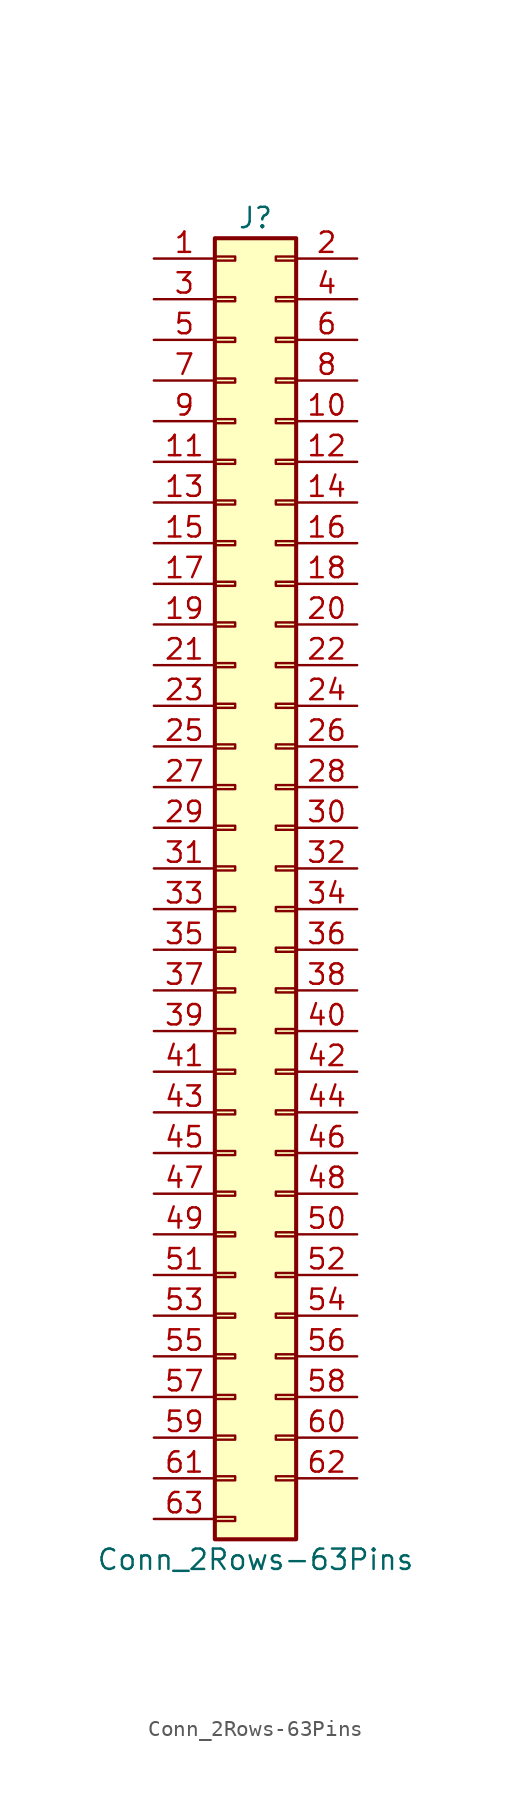
<source format=kicad_sym>
(kicad_symbol_lib
  (version 20220914)
  (generator kicad_symbol_editor)
  (symbol "Conn_2Rows-63Pins"
    (pin_names
      (offset 1.016) hide)
    (property "Reference" "J"
      (at 1.27 40.64 0)
      (effects (font (size 1.27 1.27))))
    (property "Value" "Conn_2Rows-63Pins"
      (at 1.27 -43.18 0)
      (effects (font (size 1.27 1.27))))
    (symbol "Conn_2Rows-63Pins_1_1"
      (rectangle (start -1.27 -40.513) (end 0 -40.767) (stroke (width 0.152) (type solid)) (fill (type none)))
      (rectangle (start -1.27 -37.973) (end 0 -38.227) (stroke (width 0.152) (type solid)) (fill (type none)))
      (rectangle (start -1.27 -35.433) (end 0 -35.687) (stroke (width 0.152) (type solid)) (fill (type none)))
      (rectangle (start -1.27 -32.893) (end 0 -33.147) (stroke (width 0.152) (type solid)) (fill (type none)))
      (rectangle (start -1.27 -30.353) (end 0 -30.607) (stroke (width 0.152) (type solid)) (fill (type none)))
      (rectangle (start -1.27 -27.813) (end 0 -28.067) (stroke (width 0.152) (type solid)) (fill (type none)))
      (rectangle (start -1.27 -25.273) (end 0 -25.527) (stroke (width 0.152) (type solid)) (fill (type none)))
      (rectangle (start -1.27 -22.733) (end 0 -22.987) (stroke (width 0.152) (type solid)) (fill (type none)))
      (rectangle (start -1.27 -20.193) (end 0 -20.447) (stroke (width 0.152) (type solid)) (fill (type none)))
      (rectangle (start -1.27 -17.653) (end 0 -17.907) (stroke (width 0.152) (type solid)) (fill (type none)))
      (rectangle (start -1.27 -15.113) (end 0 -15.367) (stroke (width 0.152) (type solid)) (fill (type none)))
      (rectangle (start -1.27 -12.573) (end 0 -12.827) (stroke (width 0.152) (type solid)) (fill (type none)))
      (rectangle (start -1.27 -10.033) (end 0 -10.287) (stroke (width 0.152) (type solid)) (fill (type none)))
      (rectangle (start -1.27 -7.493) (end 0 -7.747) (stroke (width 0.152) (type solid)) (fill (type none)))
      (rectangle (start -1.27 -4.953) (end 0 -5.207) (stroke (width 0.152) (type solid)) (fill (type none)))
      (rectangle (start -1.27 -2.413) (end 0 -2.667) (stroke (width 0.152) (type solid)) (fill (type none)))
      (rectangle (start -1.27 0.127) (end 0 -0.127) (stroke (width 0.152) (type solid)) (fill (type none)))
      (rectangle (start -1.27 2.667) (end 0 2.413) (stroke (width 0.152) (type solid)) (fill (type none)))
      (rectangle (start -1.27 5.207) (end 0 4.953) (stroke (width 0.152) (type solid)) (fill (type none)))
      (rectangle (start -1.27 7.747) (end 0 7.493) (stroke (width 0.152) (type solid)) (fill (type none)))
      (rectangle (start -1.27 10.287) (end 0 10.033) (stroke (width 0.152) (type solid)) (fill (type none)))
      (rectangle (start -1.27 12.827) (end 0 12.573) (stroke (width 0.152) (type solid)) (fill (type none)))
      (rectangle (start -1.27 15.367) (end 0 15.113) (stroke (width 0.152) (type solid)) (fill (type none)))
      (rectangle (start -1.27 17.907) (end 0 17.653) (stroke (width 0.152) (type solid)) (fill (type none)))
      (rectangle (start -1.27 20.447) (end 0 20.193) (stroke (width 0.152) (type solid)) (fill (type none)))
      (rectangle (start -1.27 22.987) (end 0 22.733) (stroke (width 0.152) (type solid)) (fill (type none)))
      (rectangle (start -1.27 25.527) (end 0 25.273) (stroke (width 0.152) (type solid)) (fill (type none)))
      (rectangle (start -1.27 28.067) (end 0 27.813) (stroke (width 0.152) (type solid)) (fill (type none)))
      (rectangle (start -1.27 30.607) (end 0 30.353) (stroke (width 0.152) (type solid)) (fill (type none)))
      (rectangle (start -1.27 33.147) (end 0 32.893) (stroke (width 0.152) (type solid)) (fill (type none)))
      (rectangle (start -1.27 35.687) (end 0 35.433) (stroke (width 0.152) (type solid)) (fill (type none)))
      (rectangle (start -1.27 38.227) (end 0 37.973) (stroke (width 0.152) (type solid)) (fill (type none)))
      (rectangle (start -1.27 39.37) (end 3.81 -41.91) (stroke (width 0.254) (type solid)) (fill (type background)))
      (rectangle (start 3.81 -37.973) (end 2.54 -38.227) (stroke (width 0.152) (type solid)) (fill (type none)))
      (rectangle (start 3.81 -35.433) (end 2.54 -35.687) (stroke (width 0.152) (type solid)) (fill (type none)))
      (rectangle (start 3.81 -32.893) (end 2.54 -33.147) (stroke (width 0.152) (type solid)) (fill (type none)))
      (rectangle (start 3.81 -30.353) (end 2.54 -30.607) (stroke (width 0.152) (type solid)) (fill (type none)))
      (rectangle (start 3.81 -27.813) (end 2.54 -28.067) (stroke (width 0.152) (type solid)) (fill (type none)))
      (rectangle (start 3.81 -25.273) (end 2.54 -25.527) (stroke (width 0.152) (type solid)) (fill (type none)))
      (rectangle (start 3.81 -22.733) (end 2.54 -22.987) (stroke (width 0.152) (type solid)) (fill (type none)))
      (rectangle (start 3.81 -20.193) (end 2.54 -20.447) (stroke (width 0.152) (type solid)) (fill (type none)))
      (rectangle (start 3.81 -17.653) (end 2.54 -17.907) (stroke (width 0.152) (type solid)) (fill (type none)))
      (rectangle (start 3.81 -15.113) (end 2.54 -15.367) (stroke (width 0.152) (type solid)) (fill (type none)))
      (rectangle (start 3.81 -12.573) (end 2.54 -12.827) (stroke (width 0.152) (type solid)) (fill (type none)))
      (rectangle (start 3.81 -10.033) (end 2.54 -10.287) (stroke (width 0.152) (type solid)) (fill (type none)))
      (rectangle (start 3.81 -7.493) (end 2.54 -7.747) (stroke (width 0.152) (type solid)) (fill (type none)))
      (rectangle (start 3.81 -4.953) (end 2.54 -5.207) (stroke (width 0.152) (type solid)) (fill (type none)))
      (rectangle (start 3.81 -2.413) (end 2.54 -2.667) (stroke (width 0.152) (type solid)) (fill (type none)))
      (rectangle (start 3.81 0.127) (end 2.54 -0.127) (stroke (width 0.152) (type solid)) (fill (type none)))
      (rectangle (start 3.81 2.667) (end 2.54 2.413) (stroke (width 0.152) (type solid)) (fill (type none)))
      (rectangle (start 3.81 5.207) (end 2.54 4.953) (stroke (width 0.152) (type solid)) (fill (type none)))
      (rectangle (start 3.81 7.747) (end 2.54 7.493) (stroke (width 0.152) (type solid)) (fill (type none)))
      (rectangle (start 3.81 10.287) (end 2.54 10.033) (stroke (width 0.152) (type solid)) (fill (type none)))
      (rectangle (start 3.81 12.827) (end 2.54 12.573) (stroke (width 0.152) (type solid)) (fill (type none)))
      (rectangle (start 3.81 15.367) (end 2.54 15.113) (stroke (width 0.152) (type solid)) (fill (type none)))
      (rectangle (start 3.81 17.907) (end 2.54 17.653) (stroke (width 0.152) (type solid)) (fill (type none)))
      (rectangle (start 3.81 20.447) (end 2.54 20.193) (stroke (width 0.152) (type solid)) (fill (type none)))
      (rectangle (start 3.81 22.987) (end 2.54 22.733) (stroke (width 0.152) (type solid)) (fill (type none)))
      (rectangle (start 3.81 25.527) (end 2.54 25.273) (stroke (width 0.152) (type solid)) (fill (type none)))
      (rectangle (start 3.81 28.067) (end 2.54 27.813) (stroke (width 0.152) (type solid)) (fill (type none)))
      (rectangle (start 3.81 30.607) (end 2.54 30.353) (stroke (width 0.152) (type solid)) (fill (type none)))
      (rectangle (start 3.81 33.147) (end 2.54 32.893) (stroke (width 0.152) (type solid)) (fill (type none)))
      (rectangle (start 3.81 35.687) (end 2.54 35.433) (stroke (width 0.152) (type solid)) (fill (type none)))
      (rectangle (start 3.81 38.227) (end 2.54 37.973) (stroke (width 0.152) (type solid)) (fill (type none)))
      (pin passive line (at -5.08 38.1 0) (length 3.81) (name "Pin_1" (effects (font (size 1.27 1.27)))) (number "1" (effects (font (size 1.27 1.27)))))
      (pin passive line (at 7.62 27.94 180) (length 3.81) (name "Pin_10" (effects (font (size 1.27 1.27)))) (number "10" (effects (font (size 1.27 1.27)))))
      (pin passive line (at -5.08 25.4 0) (length 3.81) (name "Pin_11" (effects (font (size 1.27 1.27)))) (number "11" (effects (font (size 1.27 1.27)))))
      (pin passive line (at 7.62 25.4 180) (length 3.81) (name "Pin_12" (effects (font (size 1.27 1.27)))) (number "12" (effects (font (size 1.27 1.27)))))
      (pin passive line (at -5.08 22.86 0) (length 3.81) (name "Pin_13" (effects (font (size 1.27 1.27)))) (number "13" (effects (font (size 1.27 1.27)))))
      (pin passive line (at 7.62 22.86 180) (length 3.81) (name "Pin_14" (effects (font (size 1.27 1.27)))) (number "14" (effects (font (size 1.27 1.27)))))
      (pin passive line (at -5.08 20.32 0) (length 3.81) (name "Pin_15" (effects (font (size 1.27 1.27)))) (number "15" (effects (font (size 1.27 1.27)))))
      (pin passive line (at 7.62 20.32 180) (length 3.81) (name "Pin_16" (effects (font (size 1.27 1.27)))) (number "16" (effects (font (size 1.27 1.27)))))
      (pin passive line (at -5.08 17.78 0) (length 3.81) (name "Pin_17" (effects (font (size 1.27 1.27)))) (number "17" (effects (font (size 1.27 1.27)))))
      (pin passive line (at 7.62 17.78 180) (length 3.81) (name "Pin_18" (effects (font (size 1.27 1.27)))) (number "18" (effects (font (size 1.27 1.27)))))
      (pin passive line (at -5.08 15.24 0) (length 3.81) (name "Pin_19" (effects (font (size 1.27 1.27)))) (number "19" (effects (font (size 1.27 1.27)))))
      (pin passive line (at 7.62 38.1 180) (length 3.81) (name "Pin_2" (effects (font (size 1.27 1.27)))) (number "2" (effects (font (size 1.27 1.27)))))
      (pin passive line (at 7.62 15.24 180) (length 3.81) (name "Pin_20" (effects (font (size 1.27 1.27)))) (number "20" (effects (font (size 1.27 1.27)))))
      (pin passive line (at -5.08 12.7 0) (length 3.81) (name "Pin_21" (effects (font (size 1.27 1.27)))) (number "21" (effects (font (size 1.27 1.27)))))
      (pin passive line (at 7.62 12.7 180) (length 3.81) (name "Pin_22" (effects (font (size 1.27 1.27)))) (number "22" (effects (font (size 1.27 1.27)))))
      (pin passive line (at -5.08 10.16 0) (length 3.81) (name "Pin_23" (effects (font (size 1.27 1.27)))) (number "23" (effects (font (size 1.27 1.27)))))
      (pin passive line (at 7.62 10.16 180) (length 3.81) (name "Pin_24" (effects (font (size 1.27 1.27)))) (number "24" (effects (font (size 1.27 1.27)))))
      (pin passive line (at -5.08 7.62 0) (length 3.81) (name "Pin_25" (effects (font (size 1.27 1.27)))) (number "25" (effects (font (size 1.27 1.27)))))
      (pin passive line (at 7.62 7.62 180) (length 3.81) (name "Pin_26" (effects (font (size 1.27 1.27)))) (number "26" (effects (font (size 1.27 1.27)))))
      (pin passive line (at -5.08 5.08 0) (length 3.81) (name "Pin_27" (effects (font (size 1.27 1.27)))) (number "27" (effects (font (size 1.27 1.27)))))
      (pin passive line (at 7.62 5.08 180) (length 3.81) (name "Pin_28" (effects (font (size 1.27 1.27)))) (number "28" (effects (font (size 1.27 1.27)))))
      (pin passive line (at -5.08 2.54 0) (length 3.81) (name "Pin_29" (effects (font (size 1.27 1.27)))) (number "29" (effects (font (size 1.27 1.27)))))
      (pin passive line (at -5.08 35.56 0) (length 3.81) (name "Pin_3" (effects (font (size 1.27 1.27)))) (number "3" (effects (font (size 1.27 1.27)))))
      (pin passive line (at 7.62 2.54 180) (length 3.81) (name "Pin_30" (effects (font (size 1.27 1.27)))) (number "30" (effects (font (size 1.27 1.27)))))
      (pin passive line (at -5.08 0 0) (length 3.81) (name "Pin_31" (effects (font (size 1.27 1.27)))) (number "31" (effects (font (size 1.27 1.27)))))
      (pin passive line (at 7.62 0 180) (length 3.81) (name "Pin_32" (effects (font (size 1.27 1.27)))) (number "32" (effects (font (size 1.27 1.27)))))
      (pin passive line (at -5.08 -2.54 0) (length 3.81) (name "Pin_33" (effects (font (size 1.27 1.27)))) (number "33" (effects (font (size 1.27 1.27)))))
      (pin passive line (at 7.62 -2.54 180) (length 3.81) (name "Pin_34" (effects (font (size 1.27 1.27)))) (number "34" (effects (font (size 1.27 1.27)))))
      (pin passive line (at -5.08 -5.08 0) (length 3.81) (name "Pin_35" (effects (font (size 1.27 1.27)))) (number "35" (effects (font (size 1.27 1.27)))))
      (pin passive line (at 7.62 -5.08 180) (length 3.81) (name "Pin_36" (effects (font (size 1.27 1.27)))) (number "36" (effects (font (size 1.27 1.27)))))
      (pin passive line (at -5.08 -7.62 0) (length 3.81) (name "Pin_37" (effects (font (size 1.27 1.27)))) (number "37" (effects (font (size 1.27 1.27)))))
      (pin passive line (at 7.62 -7.62 180) (length 3.81) (name "Pin_38" (effects (font (size 1.27 1.27)))) (number "38" (effects (font (size 1.27 1.27)))))
      (pin passive line (at -5.08 -10.16 0) (length 3.81) (name "Pin_39" (effects (font (size 1.27 1.27)))) (number "39" (effects (font (size 1.27 1.27)))))
      (pin passive line (at 7.62 35.56 180) (length 3.81) (name "Pin_4" (effects (font (size 1.27 1.27)))) (number "4" (effects (font (size 1.27 1.27)))))
      (pin passive line (at 7.62 -10.16 180) (length 3.81) (name "Pin_40" (effects (font (size 1.27 1.27)))) (number "40" (effects (font (size 1.27 1.27)))))
      (pin passive line (at -5.08 -12.7 0) (length 3.81) (name "Pin_41" (effects (font (size 1.27 1.27)))) (number "41" (effects (font (size 1.27 1.27)))))
      (pin passive line (at 7.62 -12.7 180) (length 3.81) (name "Pin_42" (effects (font (size 1.27 1.27)))) (number "42" (effects (font (size 1.27 1.27)))))
      (pin passive line (at -5.08 -15.24 0) (length 3.81) (name "Pin_43" (effects (font (size 1.27 1.27)))) (number "43" (effects (font (size 1.27 1.27)))))
      (pin passive line (at 7.62 -15.24 180) (length 3.81) (name "Pin_44" (effects (font (size 1.27 1.27)))) (number "44" (effects (font (size 1.27 1.27)))))
      (pin passive line (at -5.08 -17.78 0) (length 3.81) (name "Pin_45" (effects (font (size 1.27 1.27)))) (number "45" (effects (font (size 1.27 1.27)))))
      (pin passive line (at 7.62 -17.78 180) (length 3.81) (name "Pin_46" (effects (font (size 1.27 1.27)))) (number "46" (effects (font (size 1.27 1.27)))))
      (pin passive line (at -5.08 -20.32 0) (length 3.81) (name "Pin_47" (effects (font (size 1.27 1.27)))) (number "47" (effects (font (size 1.27 1.27)))))
      (pin passive line (at 7.62 -20.32 180) (length 3.81) (name "Pin_48" (effects (font (size 1.27 1.27)))) (number "48" (effects (font (size 1.27 1.27)))))
      (pin passive line (at -5.08 -22.86 0) (length 3.81) (name "Pin_49" (effects (font (size 1.27 1.27)))) (number "49" (effects (font (size 1.27 1.27)))))
      (pin passive line (at -5.08 33.02 0) (length 3.81) (name "Pin_5" (effects (font (size 1.27 1.27)))) (number "5" (effects (font (size 1.27 1.27)))))
      (pin passive line (at 7.62 -22.86 180) (length 3.81) (name "Pin_50" (effects (font (size 1.27 1.27)))) (number "50" (effects (font (size 1.27 1.27)))))
      (pin passive line (at -5.08 -25.4 0) (length 3.81) (name "Pin_51" (effects (font (size 1.27 1.27)))) (number "51" (effects (font (size 1.27 1.27)))))
      (pin passive line (at 7.62 -25.4 180) (length 3.81) (name "Pin_52" (effects (font (size 1.27 1.27)))) (number "52" (effects (font (size 1.27 1.27)))))
      (pin passive line (at -5.08 -27.94 0) (length 3.81) (name "Pin_53" (effects (font (size 1.27 1.27)))) (number "53" (effects (font (size 1.27 1.27)))))
      (pin passive line (at 7.62 -27.94 180) (length 3.81) (name "Pin_54" (effects (font (size 1.27 1.27)))) (number "54" (effects (font (size 1.27 1.27)))))
      (pin passive line (at -5.08 -30.48 0) (length 3.81) (name "Pin_55" (effects (font (size 1.27 1.27)))) (number "55" (effects (font (size 1.27 1.27)))))
      (pin passive line (at 7.62 -30.48 180) (length 3.81) (name "Pin_56" (effects (font (size 1.27 1.27)))) (number "56" (effects (font (size 1.27 1.27)))))
      (pin passive line (at -5.08 -33.02 0) (length 3.81) (name "Pin_57" (effects (font (size 1.27 1.27)))) (number "57" (effects (font (size 1.27 1.27)))))
      (pin passive line (at 7.62 -33.02 180) (length 3.81) (name "Pin_58" (effects (font (size 1.27 1.27)))) (number "58" (effects (font (size 1.27 1.27)))))
      (pin passive line (at -5.08 -35.56 0) (length 3.81) (name "Pin_59" (effects (font (size 1.27 1.27)))) (number "59" (effects (font (size 1.27 1.27)))))
      (pin passive line (at 7.62 33.02 180) (length 3.81) (name "Pin_6" (effects (font (size 1.27 1.27)))) (number "6" (effects (font (size 1.27 1.27)))))
      (pin passive line (at 7.62 -35.56 180) (length 3.81) (name "Pin_60" (effects (font (size 1.27 1.27)))) (number "60" (effects (font (size 1.27 1.27)))))
      (pin passive line (at -5.08 -38.1 0) (length 3.81) (name "Pin_61" (effects (font (size 1.27 1.27)))) (number "61" (effects (font (size 1.27 1.27)))))
      (pin passive line (at 7.62 -38.1 180) (length 3.81) (name "Pin_62" (effects (font (size 1.27 1.27)))) (number "62" (effects (font (size 1.27 1.27)))))
      (pin passive line (at -5.08 -40.64 0) (length 3.81) (name "Pin_63" (effects (font (size 1.27 1.27)))) (number "63" (effects (font (size 1.27 1.27)))))
      (pin passive line (at -5.08 30.48 0) (length 3.81) (name "Pin_7" (effects (font (size 1.27 1.27)))) (number "7" (effects (font (size 1.27 1.27)))))
      (pin passive line (at 7.62 30.48 180) (length 3.81) (name "Pin_8" (effects (font (size 1.27 1.27)))) (number "8" (effects (font (size 1.27 1.27)))))
      (pin passive line (at -5.08 27.94 0) (length 3.81) (name "Pin_9" (effects (font (size 1.27 1.27)))) (number "9" (effects (font (size 1.27 1.27))))))))
</source>
